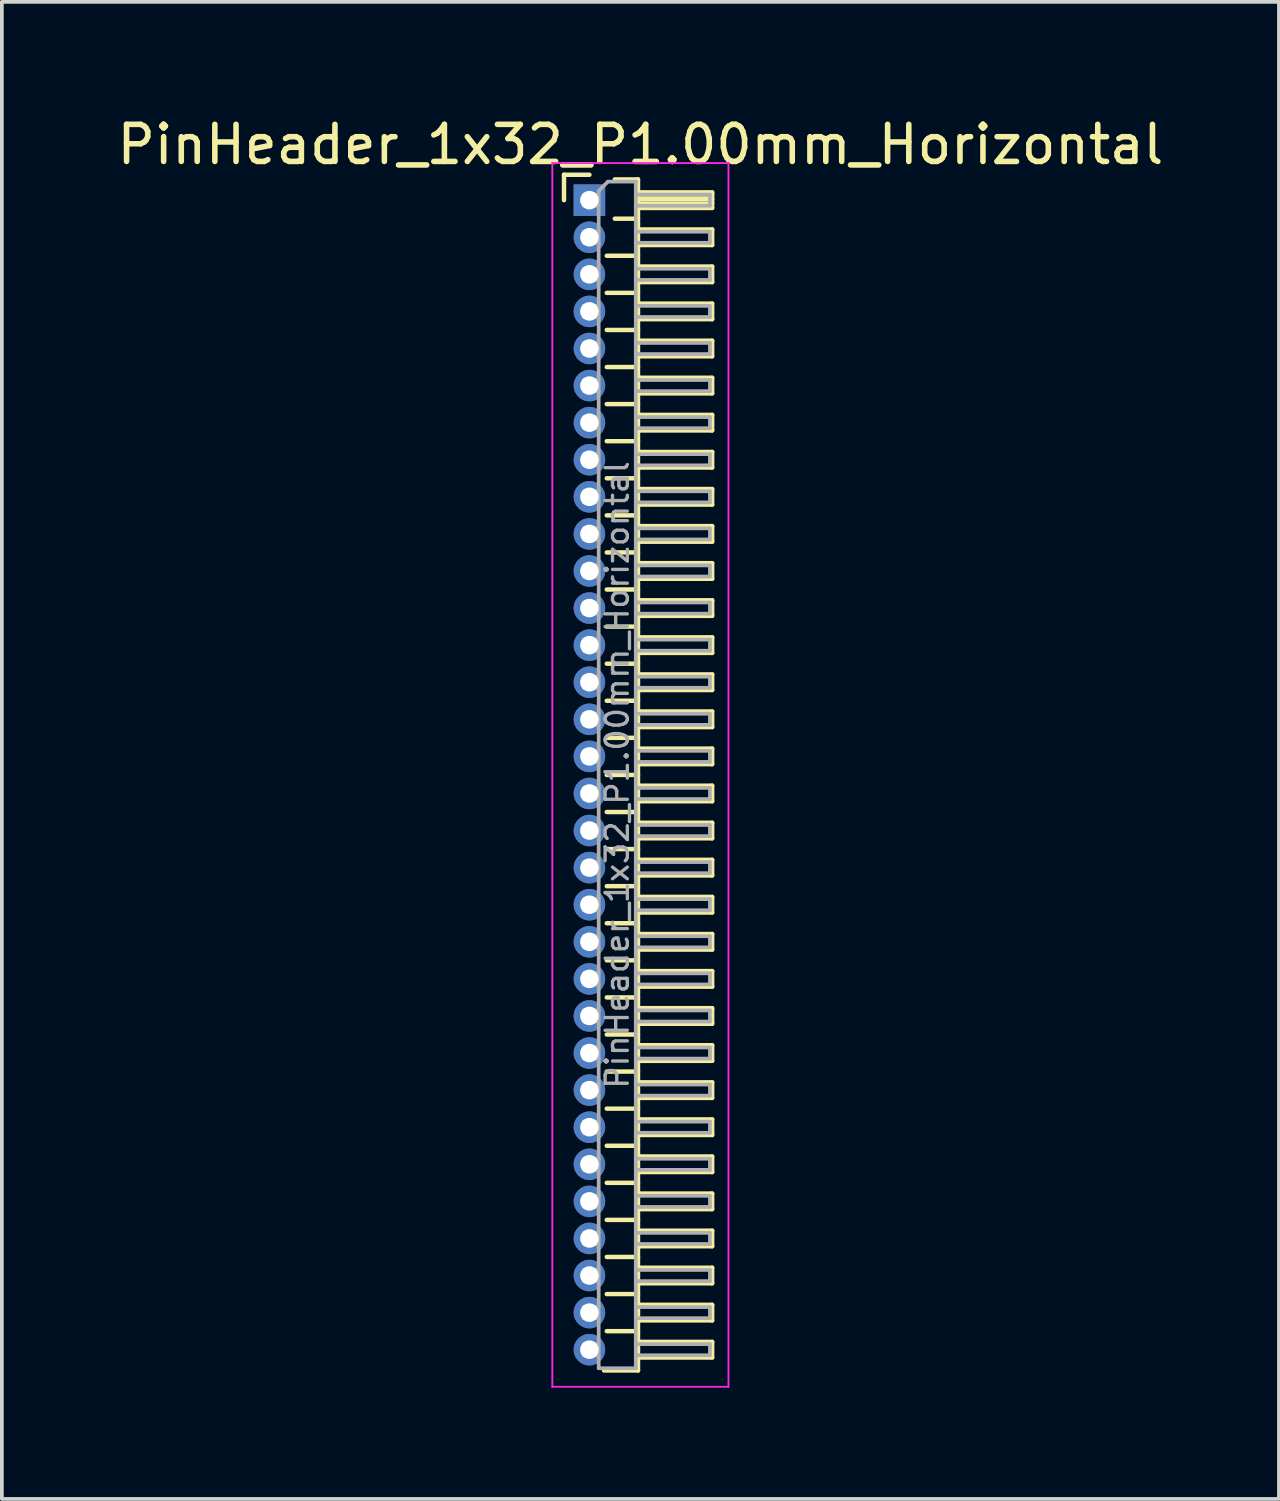
<source format=kicad_pcb>
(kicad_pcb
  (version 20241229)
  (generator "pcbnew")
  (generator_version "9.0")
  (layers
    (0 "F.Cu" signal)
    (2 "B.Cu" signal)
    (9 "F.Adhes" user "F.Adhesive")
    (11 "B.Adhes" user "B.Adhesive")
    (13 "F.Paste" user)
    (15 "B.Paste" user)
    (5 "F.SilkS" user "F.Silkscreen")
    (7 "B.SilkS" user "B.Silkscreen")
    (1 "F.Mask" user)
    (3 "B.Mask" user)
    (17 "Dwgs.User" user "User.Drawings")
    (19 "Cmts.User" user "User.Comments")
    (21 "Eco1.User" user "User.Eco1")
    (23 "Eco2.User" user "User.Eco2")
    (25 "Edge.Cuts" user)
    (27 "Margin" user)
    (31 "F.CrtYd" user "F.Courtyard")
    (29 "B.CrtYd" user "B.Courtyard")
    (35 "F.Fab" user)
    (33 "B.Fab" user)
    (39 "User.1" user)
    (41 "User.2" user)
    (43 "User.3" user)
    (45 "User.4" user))
  (footprint "PinHeader_1x32_P1.00mm_Horizontal"
    (layer "F.Cu")
    (at 12.845 2.348)
    (property "Reference" "PinHeader_1x32_P1.00mm_Horizontal" (at 1.375 -1.5 0) (layer "F.SilkS") (effects (font (size 1 1) (thickness 0.15))))
    (attr through_hole)
    (fp_line (start -0.685 -0.685) (end 0 -0.685) (stroke (width 0.12) (type solid)) (layer "F.SilkS"))
    (fp_line (start -0.685 0) (end -0.685 -0.685) (stroke (width 0.12) (type solid)) (layer "F.SilkS"))
    (fp_line (start 0.468 1.5) (end 1.31 1.5) (stroke (width 0.12) (type solid)) (layer "F.SilkS"))
    (fp_line (start 0.468 2.5) (end 1.31 2.5) (stroke (width 0.12) (type solid)) (layer "F.SilkS"))
    (fp_line (start 0.468 3.5) (end 1.31 3.5) (stroke (width 0.12) (type solid)) (layer "F.SilkS"))
    (fp_line (start 0.468 4.5) (end 1.31 4.5) (stroke (width 0.12) (type solid)) (layer "F.SilkS"))
    (fp_line (start 0.468 5.5) (end 1.31 5.5) (stroke (width 0.12) (type solid)) (layer "F.SilkS"))
    (fp_line (start 0.468 6.5) (end 1.31 6.5) (stroke (width 0.12) (type solid)) (layer "F.SilkS"))
    (fp_line (start 0.468 7.5) (end 1.31 7.5) (stroke (width 0.12) (type solid)) (layer "F.SilkS"))
    (fp_line (start 0.468 8.5) (end 1.31 8.5) (stroke (width 0.12) (type solid)) (layer "F.SilkS"))
    (fp_line (start 0.468 9.5) (end 1.31 9.5) (stroke (width 0.12) (type solid)) (layer "F.SilkS"))
    (fp_line (start 0.468 10.5) (end 1.31 10.5) (stroke (width 0.12) (type solid)) (layer "F.SilkS"))
    (fp_line (start 0.468 11.5) (end 1.31 11.5) (stroke (width 0.12) (type solid)) (layer "F.SilkS"))
    (fp_line (start 0.468 12.5) (end 1.31 12.5) (stroke (width 0.12) (type solid)) (layer "F.SilkS"))
    (fp_line (start 0.468 13.5) (end 1.31 13.5) (stroke (width 0.12) (type solid)) (layer "F.SilkS"))
    (fp_line (start 0.468 14.5) (end 1.31 14.5) (stroke (width 0.12) (type solid)) (layer "F.SilkS"))
    (fp_line (start 0.468 15.5) (end 1.31 15.5) (stroke (width 0.12) (type solid)) (layer "F.SilkS"))
    (fp_line (start 0.468 16.5) (end 1.31 16.5) (stroke (width 0.12) (type solid)) (layer "F.SilkS"))
    (fp_line (start 0.468 17.5) (end 1.31 17.5) (stroke (width 0.12) (type solid)) (layer "F.SilkS"))
    (fp_line (start 0.468 18.5) (end 1.31 18.5) (stroke (width 0.12) (type solid)) (layer "F.SilkS"))
    (fp_line (start 0.468 19.5) (end 1.31 19.5) (stroke (width 0.12) (type solid)) (layer "F.SilkS"))
    (fp_line (start 0.468 20.5) (end 1.31 20.5) (stroke (width 0.12) (type solid)) (layer "F.SilkS"))
    (fp_line (start 0.468 21.5) (end 1.31 21.5) (stroke (width 0.12) (type solid)) (layer "F.SilkS"))
    (fp_line (start 0.468 22.5) (end 1.31 22.5) (stroke (width 0.12) (type solid)) (layer "F.SilkS"))
    (fp_line (start 0.468 23.5) (end 1.31 23.5) (stroke (width 0.12) (type solid)) (layer "F.SilkS"))
    (fp_line (start 0.468 24.5) (end 1.31 24.5) (stroke (width 0.12) (type solid)) (layer "F.SilkS"))
    (fp_line (start 0.468 25.5) (end 1.31 25.5) (stroke (width 0.12) (type solid)) (layer "F.SilkS"))
    (fp_line (start 0.468 26.5) (end 1.31 26.5) (stroke (width 0.12) (type solid)) (layer "F.SilkS"))
    (fp_line (start 0.468 27.5) (end 1.31 27.5) (stroke (width 0.12) (type solid)) (layer "F.SilkS"))
    (fp_line (start 0.468 28.5) (end 1.31 28.5) (stroke (width 0.12) (type solid)) (layer "F.SilkS"))
    (fp_line (start 0.468 29.5) (end 1.31 29.5) (stroke (width 0.12) (type solid)) (layer "F.SilkS"))
    (fp_line (start 0.468 30.5) (end 1.31 30.5) (stroke (width 0.12) (type solid)) (layer "F.SilkS"))
    (fp_line (start 0.685 -0.56) (end 1.31 -0.56) (stroke (width 0.12) (type solid)) (layer "F.SilkS"))
    (fp_line (start 0.685 0.5) (end 1.31 0.5) (stroke (width 0.12) (type solid)) (layer "F.SilkS"))
    (fp_line (start 1.31 -0.56) (end 1.31 31.56) (stroke (width 0.12) (type solid)) (layer "F.SilkS"))
    (fp_line (start 1.31 -0.21) (end 3.31 -0.21) (stroke (width 0.12) (type solid)) (layer "F.SilkS"))
    (fp_line (start 1.31 -0.15) (end 3.31 -0.15) (stroke (width 0.12) (type solid)) (layer "F.SilkS"))
    (fp_line (start 1.31 -0.03) (end 3.31 -0.03) (stroke (width 0.12) (type solid)) (layer "F.SilkS"))
    (fp_line (start 1.31 0.09) (end 3.31 0.09) (stroke (width 0.12) (type solid)) (layer "F.SilkS"))
    (fp_line (start 1.31 0.79) (end 3.31 0.79) (stroke (width 0.12) (type solid)) (layer "F.SilkS"))
    (fp_line (start 1.31 1.79) (end 3.31 1.79) (stroke (width 0.12) (type solid)) (layer "F.SilkS"))
    (fp_line (start 1.31 2.79) (end 3.31 2.79) (stroke (width 0.12) (type solid)) (layer "F.SilkS"))
    (fp_line (start 1.31 3.79) (end 3.31 3.79) (stroke (width 0.12) (type solid)) (layer "F.SilkS"))
    (fp_line (start 1.31 4.79) (end 3.31 4.79) (stroke (width 0.12) (type solid)) (layer "F.SilkS"))
    (fp_line (start 1.31 5.79) (end 3.31 5.79) (stroke (width 0.12) (type solid)) (layer "F.SilkS"))
    (fp_line (start 1.31 6.79) (end 3.31 6.79) (stroke (width 0.12) (type solid)) (layer "F.SilkS"))
    (fp_line (start 1.31 7.79) (end 3.31 7.79) (stroke (width 0.12) (type solid)) (layer "F.SilkS"))
    (fp_line (start 1.31 8.79) (end 3.31 8.79) (stroke (width 0.12) (type solid)) (layer "F.SilkS"))
    (fp_line (start 1.31 9.79) (end 3.31 9.79) (stroke (width 0.12) (type solid)) (layer "F.SilkS"))
    (fp_line (start 1.31 10.79) (end 3.31 10.79) (stroke (width 0.12) (type solid)) (layer "F.SilkS"))
    (fp_line (start 1.31 11.79) (end 3.31 11.79) (stroke (width 0.12) (type solid)) (layer "F.SilkS"))
    (fp_line (start 1.31 12.79) (end 3.31 12.79) (stroke (width 0.12) (type solid)) (layer "F.SilkS"))
    (fp_line (start 1.31 13.79) (end 3.31 13.79) (stroke (width 0.12) (type solid)) (layer "F.SilkS"))
    (fp_line (start 1.31 14.79) (end 3.31 14.79) (stroke (width 0.12) (type solid)) (layer "F.SilkS"))
    (fp_line (start 1.31 15.79) (end 3.31 15.79) (stroke (width 0.12) (type solid)) (layer "F.SilkS"))
    (fp_line (start 1.31 16.79) (end 3.31 16.79) (stroke (width 0.12) (type solid)) (layer "F.SilkS"))
    (fp_line (start 1.31 17.79) (end 3.31 17.79) (stroke (width 0.12) (type solid)) (layer "F.SilkS"))
    (fp_line (start 1.31 18.79) (end 3.31 18.79) (stroke (width 0.12) (type solid)) (layer "F.SilkS"))
    (fp_line (start 1.31 19.79) (end 3.31 19.79) (stroke (width 0.12) (type solid)) (layer "F.SilkS"))
    (fp_line (start 1.31 20.79) (end 3.31 20.79) (stroke (width 0.12) (type solid)) (layer "F.SilkS"))
    (fp_line (start 1.31 21.79) (end 3.31 21.79) (stroke (width 0.12) (type solid)) (layer "F.SilkS"))
    (fp_line (start 1.31 22.79) (end 3.31 22.79) (stroke (width 0.12) (type solid)) (layer "F.SilkS"))
    (fp_line (start 1.31 23.79) (end 3.31 23.79) (stroke (width 0.12) (type solid)) (layer "F.SilkS"))
    (fp_line (start 1.31 24.79) (end 3.31 24.79) (stroke (width 0.12) (type solid)) (layer "F.SilkS"))
    (fp_line (start 1.31 25.79) (end 3.31 25.79) (stroke (width 0.12) (type solid)) (layer "F.SilkS"))
    (fp_line (start 1.31 26.79) (end 3.31 26.79) (stroke (width 0.12) (type solid)) (layer "F.SilkS"))
    (fp_line (start 1.31 27.79) (end 3.31 27.79) (stroke (width 0.12) (type solid)) (layer "F.SilkS"))
    (fp_line (start 1.31 28.79) (end 3.31 28.79) (stroke (width 0.12) (type solid)) (layer "F.SilkS"))
    (fp_line (start 1.31 29.79) (end 3.31 29.79) (stroke (width 0.12) (type solid)) (layer "F.SilkS"))
    (fp_line (start 1.31 30.79) (end 3.31 30.79) (stroke (width 0.12) (type solid)) (layer "F.SilkS"))
    (fp_line (start 1.31 31.56) (end 0.394 31.56) (stroke (width 0.12) (type solid)) (layer "F.SilkS"))
    (fp_line (start 3.31 -0.21) (end 3.31 0.21) (stroke (width 0.12) (type solid)) (layer "F.SilkS"))
    (fp_line (start 3.31 0.21) (end 1.31 0.21) (stroke (width 0.12) (type solid)) (layer "F.SilkS"))
    (fp_line (start 3.31 0.79) (end 3.31 1.21) (stroke (width 0.12) (type solid)) (layer "F.SilkS"))
    (fp_line (start 3.31 1.21) (end 1.31 1.21) (stroke (width 0.12) (type solid)) (layer "F.SilkS"))
    (fp_line (start 3.31 1.79) (end 3.31 2.21) (stroke (width 0.12) (type solid)) (layer "F.SilkS"))
    (fp_line (start 3.31 2.21) (end 1.31 2.21) (stroke (width 0.12) (type solid)) (layer "F.SilkS"))
    (fp_line (start 3.31 2.79) (end 3.31 3.21) (stroke (width 0.12) (type solid)) (layer "F.SilkS"))
    (fp_line (start 3.31 3.21) (end 1.31 3.21) (stroke (width 0.12) (type solid)) (layer "F.SilkS"))
    (fp_line (start 3.31 3.79) (end 3.31 4.21) (stroke (width 0.12) (type solid)) (layer "F.SilkS"))
    (fp_line (start 3.31 4.21) (end 1.31 4.21) (stroke (width 0.12) (type solid)) (layer "F.SilkS"))
    (fp_line (start 3.31 4.79) (end 3.31 5.21) (stroke (width 0.12) (type solid)) (layer "F.SilkS"))
    (fp_line (start 3.31 5.21) (end 1.31 5.21) (stroke (width 0.12) (type solid)) (layer "F.SilkS"))
    (fp_line (start 3.31 5.79) (end 3.31 6.21) (stroke (width 0.12) (type solid)) (layer "F.SilkS"))
    (fp_line (start 3.31 6.21) (end 1.31 6.21) (stroke (width 0.12) (type solid)) (layer "F.SilkS"))
    (fp_line (start 3.31 6.79) (end 3.31 7.21) (stroke (width 0.12) (type solid)) (layer "F.SilkS"))
    (fp_line (start 3.31 7.21) (end 1.31 7.21) (stroke (width 0.12) (type solid)) (layer "F.SilkS"))
    (fp_line (start 3.31 7.79) (end 3.31 8.21) (stroke (width 0.12) (type solid)) (layer "F.SilkS"))
    (fp_line (start 3.31 8.21) (end 1.31 8.21) (stroke (width 0.12) (type solid)) (layer "F.SilkS"))
    (fp_line (start 3.31 8.79) (end 3.31 9.21) (stroke (width 0.12) (type solid)) (layer "F.SilkS"))
    (fp_line (start 3.31 9.21) (end 1.31 9.21) (stroke (width 0.12) (type solid)) (layer "F.SilkS"))
    (fp_line (start 3.31 9.79) (end 3.31 10.21) (stroke (width 0.12) (type solid)) (layer "F.SilkS"))
    (fp_line (start 3.31 10.21) (end 1.31 10.21) (stroke (width 0.12) (type solid)) (layer "F.SilkS"))
    (fp_line (start 3.31 10.79) (end 3.31 11.21) (stroke (width 0.12) (type solid)) (layer "F.SilkS"))
    (fp_line (start 3.31 11.21) (end 1.31 11.21) (stroke (width 0.12) (type solid)) (layer "F.SilkS"))
    (fp_line (start 3.31 11.79) (end 3.31 12.21) (stroke (width 0.12) (type solid)) (layer "F.SilkS"))
    (fp_line (start 3.31 12.21) (end 1.31 12.21) (stroke (width 0.12) (type solid)) (layer "F.SilkS"))
    (fp_line (start 3.31 12.79) (end 3.31 13.21) (stroke (width 0.12) (type solid)) (layer "F.SilkS"))
    (fp_line (start 3.31 13.21) (end 1.31 13.21) (stroke (width 0.12) (type solid)) (layer "F.SilkS"))
    (fp_line (start 3.31 13.79) (end 3.31 14.21) (stroke (width 0.12) (type solid)) (layer "F.SilkS"))
    (fp_line (start 3.31 14.21) (end 1.31 14.21) (stroke (width 0.12) (type solid)) (layer "F.SilkS"))
    (fp_line (start 3.31 14.79) (end 3.31 15.21) (stroke (width 0.12) (type solid)) (layer "F.SilkS"))
    (fp_line (start 3.31 15.21) (end 1.31 15.21) (stroke (width 0.12) (type solid)) (layer "F.SilkS"))
    (fp_line (start 3.31 15.79) (end 3.31 16.21) (stroke (width 0.12) (type solid)) (layer "F.SilkS"))
    (fp_line (start 3.31 16.21) (end 1.31 16.21) (stroke (width 0.12) (type solid)) (layer "F.SilkS"))
    (fp_line (start 3.31 16.79) (end 3.31 17.21) (stroke (width 0.12) (type solid)) (layer "F.SilkS"))
    (fp_line (start 3.31 17.21) (end 1.31 17.21) (stroke (width 0.12) (type solid)) (layer "F.SilkS"))
    (fp_line (start 3.31 17.79) (end 3.31 18.21) (stroke (width 0.12) (type solid)) (layer "F.SilkS"))
    (fp_line (start 3.31 18.21) (end 1.31 18.21) (stroke (width 0.12) (type solid)) (layer "F.SilkS"))
    (fp_line (start 3.31 18.79) (end 3.31 19.21) (stroke (width 0.12) (type solid)) (layer "F.SilkS"))
    (fp_line (start 3.31 19.21) (end 1.31 19.21) (stroke (width 0.12) (type solid)) (layer "F.SilkS"))
    (fp_line (start 3.31 19.79) (end 3.31 20.21) (stroke (width 0.12) (type solid)) (layer "F.SilkS"))
    (fp_line (start 3.31 20.21) (end 1.31 20.21) (stroke (width 0.12) (type solid)) (layer "F.SilkS"))
    (fp_line (start 3.31 20.79) (end 3.31 21.21) (stroke (width 0.12) (type solid)) (layer "F.SilkS"))
    (fp_line (start 3.31 21.21) (end 1.31 21.21) (stroke (width 0.12) (type solid)) (layer "F.SilkS"))
    (fp_line (start 3.31 21.79) (end 3.31 22.21) (stroke (width 0.12) (type solid)) (layer "F.SilkS"))
    (fp_line (start 3.31 22.21) (end 1.31 22.21) (stroke (width 0.12) (type solid)) (layer "F.SilkS"))
    (fp_line (start 3.31 22.79) (end 3.31 23.21) (stroke (width 0.12) (type solid)) (layer "F.SilkS"))
    (fp_line (start 3.31 23.21) (end 1.31 23.21) (stroke (width 0.12) (type solid)) (layer "F.SilkS"))
    (fp_line (start 3.31 23.79) (end 3.31 24.21) (stroke (width 0.12) (type solid)) (layer "F.SilkS"))
    (fp_line (start 3.31 24.21) (end 1.31 24.21) (stroke (width 0.12) (type solid)) (layer "F.SilkS"))
    (fp_line (start 3.31 24.79) (end 3.31 25.21) (stroke (width 0.12) (type solid)) (layer "F.SilkS"))
    (fp_line (start 3.31 25.21) (end 1.31 25.21) (stroke (width 0.12) (type solid)) (layer "F.SilkS"))
    (fp_line (start 3.31 25.79) (end 3.31 26.21) (stroke (width 0.12) (type solid)) (layer "F.SilkS"))
    (fp_line (start 3.31 26.21) (end 1.31 26.21) (stroke (width 0.12) (type solid)) (layer "F.SilkS"))
    (fp_line (start 3.31 26.79) (end 3.31 27.21) (stroke (width 0.12) (type solid)) (layer "F.SilkS"))
    (fp_line (start 3.31 27.21) (end 1.31 27.21) (stroke (width 0.12) (type solid)) (layer "F.SilkS"))
    (fp_line (start 3.31 27.79) (end 3.31 28.21) (stroke (width 0.12) (type solid)) (layer "F.SilkS"))
    (fp_line (start 3.31 28.21) (end 1.31 28.21) (stroke (width 0.12) (type solid)) (layer "F.SilkS"))
    (fp_line (start 3.31 28.79) (end 3.31 29.21) (stroke (width 0.12) (type solid)) (layer "F.SilkS"))
    (fp_line (start 3.31 29.21) (end 1.31 29.21) (stroke (width 0.12) (type solid)) (layer "F.SilkS"))
    (fp_line (start 3.31 29.79) (end 3.31 30.21) (stroke (width 0.12) (type solid)) (layer "F.SilkS"))
    (fp_line (start 3.31 30.21) (end 1.31 30.21) (stroke (width 0.12) (type solid)) (layer "F.SilkS"))
    (fp_line (start 3.31 30.79) (end 3.31 31.21) (stroke (width 0.12) (type solid)) (layer "F.SilkS"))
    (fp_line (start 3.31 31.21) (end 1.31 31.21) (stroke (width 0.12) (type solid)) (layer "F.SilkS"))
    (fp_line (start -1 -1) (end -1 32) (stroke (width 0.05) (type solid)) (layer "F.CrtYd"))
    (fp_line (start -1 32) (end 3.75 32) (stroke (width 0.05) (type solid)) (layer "F.CrtYd"))
    (fp_line (start 3.75 -1) (end -1 -1) (stroke (width 0.05) (type solid)) (layer "F.CrtYd"))
    (fp_line (start 3.75 32) (end 3.75 -1) (stroke (width 0.05) (type solid)) (layer "F.CrtYd"))
    (fp_line (start -0.15 -0.15) (end -0.15 0.15) (stroke (width 0.1) (type solid)) (layer "F.Fab"))
    (fp_line (start -0.15 -0.15) (end 0.25 -0.15) (stroke (width 0.1) (type solid)) (layer "F.Fab"))
    (fp_line (start -0.15 0.15) (end 0.25 0.15) (stroke (width 0.1) (type solid)) (layer "F.Fab"))
    (fp_line (start -0.15 0.85) (end -0.15 1.15) (stroke (width 0.1) (type solid)) (layer "F.Fab"))
    (fp_line (start -0.15 0.85) (end 0.25 0.85) (stroke (width 0.1) (type solid)) (layer "F.Fab"))
    (fp_line (start -0.15 1.15) (end 0.25 1.15) (stroke (width 0.1) (type solid)) (layer "F.Fab"))
    (fp_line (start -0.15 1.85) (end -0.15 2.15) (stroke (width 0.1) (type solid)) (layer "F.Fab"))
    (fp_line (start -0.15 1.85) (end 0.25 1.85) (stroke (width 0.1) (type solid)) (layer "F.Fab"))
    (fp_line (start -0.15 2.15) (end 0.25 2.15) (stroke (width 0.1) (type solid)) (layer "F.Fab"))
    (fp_line (start -0.15 2.85) (end -0.15 3.15) (stroke (width 0.1) (type solid)) (layer "F.Fab"))
    (fp_line (start -0.15 2.85) (end 0.25 2.85) (stroke (width 0.1) (type solid)) (layer "F.Fab"))
    (fp_line (start -0.15 3.15) (end 0.25 3.15) (stroke (width 0.1) (type solid)) (layer "F.Fab"))
    (fp_line (start -0.15 3.85) (end -0.15 4.15) (stroke (width 0.1) (type solid)) (layer "F.Fab"))
    (fp_line (start -0.15 3.85) (end 0.25 3.85) (stroke (width 0.1) (type solid)) (layer "F.Fab"))
    (fp_line (start -0.15 4.15) (end 0.25 4.15) (stroke (width 0.1) (type solid)) (layer "F.Fab"))
    (fp_line (start -0.15 4.85) (end -0.15 5.15) (stroke (width 0.1) (type solid)) (layer "F.Fab"))
    (fp_line (start -0.15 4.85) (end 0.25 4.85) (stroke (width 0.1) (type solid)) (layer "F.Fab"))
    (fp_line (start -0.15 5.15) (end 0.25 5.15) (stroke (width 0.1) (type solid)) (layer "F.Fab"))
    (fp_line (start -0.15 5.85) (end -0.15 6.15) (stroke (width 0.1) (type solid)) (layer "F.Fab"))
    (fp_line (start -0.15 5.85) (end 0.25 5.85) (stroke (width 0.1) (type solid)) (layer "F.Fab"))
    (fp_line (start -0.15 6.15) (end 0.25 6.15) (stroke (width 0.1) (type solid)) (layer "F.Fab"))
    (fp_line (start -0.15 6.85) (end -0.15 7.15) (stroke (width 0.1) (type solid)) (layer "F.Fab"))
    (fp_line (start -0.15 6.85) (end 0.25 6.85) (stroke (width 0.1) (type solid)) (layer "F.Fab"))
    (fp_line (start -0.15 7.15) (end 0.25 7.15) (stroke (width 0.1) (type solid)) (layer "F.Fab"))
    (fp_line (start -0.15 7.85) (end -0.15 8.15) (stroke (width 0.1) (type solid)) (layer "F.Fab"))
    (fp_line (start -0.15 7.85) (end 0.25 7.85) (stroke (width 0.1) (type solid)) (layer "F.Fab"))
    (fp_line (start -0.15 8.15) (end 0.25 8.15) (stroke (width 0.1) (type solid)) (layer "F.Fab"))
    (fp_line (start -0.15 8.85) (end -0.15 9.15) (stroke (width 0.1) (type solid)) (layer "F.Fab"))
    (fp_line (start -0.15 8.85) (end 0.25 8.85) (stroke (width 0.1) (type solid)) (layer "F.Fab"))
    (fp_line (start -0.15 9.15) (end 0.25 9.15) (stroke (width 0.1) (type solid)) (layer "F.Fab"))
    (fp_line (start -0.15 9.85) (end -0.15 10.15) (stroke (width 0.1) (type solid)) (layer "F.Fab"))
    (fp_line (start -0.15 9.85) (end 0.25 9.85) (stroke (width 0.1) (type solid)) (layer "F.Fab"))
    (fp_line (start -0.15 10.15) (end 0.25 10.15) (stroke (width 0.1) (type solid)) (layer "F.Fab"))
    (fp_line (start -0.15 10.85) (end -0.15 11.15) (stroke (width 0.1) (type solid)) (layer "F.Fab"))
    (fp_line (start -0.15 10.85) (end 0.25 10.85) (stroke (width 0.1) (type solid)) (layer "F.Fab"))
    (fp_line (start -0.15 11.15) (end 0.25 11.15) (stroke (width 0.1) (type solid)) (layer "F.Fab"))
    (fp_line (start -0.15 11.85) (end -0.15 12.15) (stroke (width 0.1) (type solid)) (layer "F.Fab"))
    (fp_line (start -0.15 11.85) (end 0.25 11.85) (stroke (width 0.1) (type solid)) (layer "F.Fab"))
    (fp_line (start -0.15 12.15) (end 0.25 12.15) (stroke (width 0.1) (type solid)) (layer "F.Fab"))
    (fp_line (start -0.15 12.85) (end -0.15 13.15) (stroke (width 0.1) (type solid)) (layer "F.Fab"))
    (fp_line (start -0.15 12.85) (end 0.25 12.85) (stroke (width 0.1) (type solid)) (layer "F.Fab"))
    (fp_line (start -0.15 13.15) (end 0.25 13.15) (stroke (width 0.1) (type solid)) (layer "F.Fab"))
    (fp_line (start -0.15 13.85) (end -0.15 14.15) (stroke (width 0.1) (type solid)) (layer "F.Fab"))
    (fp_line (start -0.15 13.85) (end 0.25 13.85) (stroke (width 0.1) (type solid)) (layer "F.Fab"))
    (fp_line (start -0.15 14.15) (end 0.25 14.15) (stroke (width 0.1) (type solid)) (layer "F.Fab"))
    (fp_line (start -0.15 14.85) (end -0.15 15.15) (stroke (width 0.1) (type solid)) (layer "F.Fab"))
    (fp_line (start -0.15 14.85) (end 0.25 14.85) (stroke (width 0.1) (type solid)) (layer "F.Fab"))
    (fp_line (start -0.15 15.15) (end 0.25 15.15) (stroke (width 0.1) (type solid)) (layer "F.Fab"))
    (fp_line (start -0.15 15.85) (end -0.15 16.15) (stroke (width 0.1) (type solid)) (layer "F.Fab"))
    (fp_line (start -0.15 15.85) (end 0.25 15.85) (stroke (width 0.1) (type solid)) (layer "F.Fab"))
    (fp_line (start -0.15 16.15) (end 0.25 16.15) (stroke (width 0.1) (type solid)) (layer "F.Fab"))
    (fp_line (start -0.15 16.85) (end -0.15 17.15) (stroke (width 0.1) (type solid)) (layer "F.Fab"))
    (fp_line (start -0.15 16.85) (end 0.25 16.85) (stroke (width 0.1) (type solid)) (layer "F.Fab"))
    (fp_line (start -0.15 17.15) (end 0.25 17.15) (stroke (width 0.1) (type solid)) (layer "F.Fab"))
    (fp_line (start -0.15 17.85) (end -0.15 18.15) (stroke (width 0.1) (type solid)) (layer "F.Fab"))
    (fp_line (start -0.15 17.85) (end 0.25 17.85) (stroke (width 0.1) (type solid)) (layer "F.Fab"))
    (fp_line (start -0.15 18.15) (end 0.25 18.15) (stroke (width 0.1) (type solid)) (layer "F.Fab"))
    (fp_line (start -0.15 18.85) (end -0.15 19.15) (stroke (width 0.1) (type solid)) (layer "F.Fab"))
    (fp_line (start -0.15 18.85) (end 0.25 18.85) (stroke (width 0.1) (type solid)) (layer "F.Fab"))
    (fp_line (start -0.15 19.15) (end 0.25 19.15) (stroke (width 0.1) (type solid)) (layer "F.Fab"))
    (fp_line (start -0.15 19.85) (end -0.15 20.15) (stroke (width 0.1) (type solid)) (layer "F.Fab"))
    (fp_line (start -0.15 19.85) (end 0.25 19.85) (stroke (width 0.1) (type solid)) (layer "F.Fab"))
    (fp_line (start -0.15 20.15) (end 0.25 20.15) (stroke (width 0.1) (type solid)) (layer "F.Fab"))
    (fp_line (start -0.15 20.85) (end -0.15 21.15) (stroke (width 0.1) (type solid)) (layer "F.Fab"))
    (fp_line (start -0.15 20.85) (end 0.25 20.85) (stroke (width 0.1) (type solid)) (layer "F.Fab"))
    (fp_line (start -0.15 21.15) (end 0.25 21.15) (stroke (width 0.1) (type solid)) (layer "F.Fab"))
    (fp_line (start -0.15 21.85) (end -0.15 22.15) (stroke (width 0.1) (type solid)) (layer "F.Fab"))
    (fp_line (start -0.15 21.85) (end 0.25 21.85) (stroke (width 0.1) (type solid)) (layer "F.Fab"))
    (fp_line (start -0.15 22.15) (end 0.25 22.15) (stroke (width 0.1) (type solid)) (layer "F.Fab"))
    (fp_line (start -0.15 22.85) (end -0.15 23.15) (stroke (width 0.1) (type solid)) (layer "F.Fab"))
    (fp_line (start -0.15 22.85) (end 0.25 22.85) (stroke (width 0.1) (type solid)) (layer "F.Fab"))
    (fp_line (start -0.15 23.15) (end 0.25 23.15) (stroke (width 0.1) (type solid)) (layer "F.Fab"))
    (fp_line (start -0.15 23.85) (end -0.15 24.15) (stroke (width 0.1) (type solid)) (layer "F.Fab"))
    (fp_line (start -0.15 23.85) (end 0.25 23.85) (stroke (width 0.1) (type solid)) (layer "F.Fab"))
    (fp_line (start -0.15 24.15) (end 0.25 24.15) (stroke (width 0.1) (type solid)) (layer "F.Fab"))
    (fp_line (start -0.15 24.85) (end -0.15 25.15) (stroke (width 0.1) (type solid)) (layer "F.Fab"))
    (fp_line (start -0.15 24.85) (end 0.25 24.85) (stroke (width 0.1) (type solid)) (layer "F.Fab"))
    (fp_line (start -0.15 25.15) (end 0.25 25.15) (stroke (width 0.1) (type solid)) (layer "F.Fab"))
    (fp_line (start -0.15 25.85) (end -0.15 26.15) (stroke (width 0.1) (type solid)) (layer "F.Fab"))
    (fp_line (start -0.15 25.85) (end 0.25 25.85) (stroke (width 0.1) (type solid)) (layer "F.Fab"))
    (fp_line (start -0.15 26.15) (end 0.25 26.15) (stroke (width 0.1) (type solid)) (layer "F.Fab"))
    (fp_line (start -0.15 26.85) (end -0.15 27.15) (stroke (width 0.1) (type solid)) (layer "F.Fab"))
    (fp_line (start -0.15 26.85) (end 0.25 26.85) (stroke (width 0.1) (type solid)) (layer "F.Fab"))
    (fp_line (start -0.15 27.15) (end 0.25 27.15) (stroke (width 0.1) (type solid)) (layer "F.Fab"))
    (fp_line (start -0.15 27.85) (end -0.15 28.15) (stroke (width 0.1) (type solid)) (layer "F.Fab"))
    (fp_line (start -0.15 27.85) (end 0.25 27.85) (stroke (width 0.1) (type solid)) (layer "F.Fab"))
    (fp_line (start -0.15 28.15) (end 0.25 28.15) (stroke (width 0.1) (type solid)) (layer "F.Fab"))
    (fp_line (start -0.15 28.85) (end -0.15 29.15) (stroke (width 0.1) (type solid)) (layer "F.Fab"))
    (fp_line (start -0.15 28.85) (end 0.25 28.85) (stroke (width 0.1) (type solid)) (layer "F.Fab"))
    (fp_line (start -0.15 29.15) (end 0.25 29.15) (stroke (width 0.1) (type solid)) (layer "F.Fab"))
    (fp_line (start -0.15 29.85) (end -0.15 30.15) (stroke (width 0.1) (type solid)) (layer "F.Fab"))
    (fp_line (start -0.15 29.85) (end 0.25 29.85) (stroke (width 0.1) (type solid)) (layer "F.Fab"))
    (fp_line (start -0.15 30.15) (end 0.25 30.15) (stroke (width 0.1) (type solid)) (layer "F.Fab"))
    (fp_line (start -0.15 30.85) (end -0.15 31.15) (stroke (width 0.1) (type solid)) (layer "F.Fab"))
    (fp_line (start -0.15 30.85) (end 0.25 30.85) (stroke (width 0.1) (type solid)) (layer "F.Fab"))
    (fp_line (start -0.15 31.15) (end 0.25 31.15) (stroke (width 0.1) (type solid)) (layer "F.Fab"))
    (fp_line (start 0.25 -0.25) (end 0.5 -0.5) (stroke (width 0.1) (type solid)) (layer "F.Fab"))
    (fp_line (start 0.25 31.5) (end 0.25 -0.25) (stroke (width 0.1) (type solid)) (layer "F.Fab"))
    (fp_line (start 0.5 -0.5) (end 1.25 -0.5) (stroke (width 0.1) (type solid)) (layer "F.Fab"))
    (fp_line (start 1.25 -0.5) (end 1.25 31.5) (stroke (width 0.1) (type solid)) (layer "F.Fab"))
    (fp_line (start 1.25 -0.15) (end 3.25 -0.15) (stroke (width 0.1) (type solid)) (layer "F.Fab"))
    (fp_line (start 1.25 0.15) (end 3.25 0.15) (stroke (width 0.1) (type solid)) (layer "F.Fab"))
    (fp_line (start 1.25 0.85) (end 3.25 0.85) (stroke (width 0.1) (type solid)) (layer "F.Fab"))
    (fp_line (start 1.25 1.15) (end 3.25 1.15) (stroke (width 0.1) (type solid)) (layer "F.Fab"))
    (fp_line (start 1.25 1.85) (end 3.25 1.85) (stroke (width 0.1) (type solid)) (layer "F.Fab"))
    (fp_line (start 1.25 2.15) (end 3.25 2.15) (stroke (width 0.1) (type solid)) (layer "F.Fab"))
    (fp_line (start 1.25 2.85) (end 3.25 2.85) (stroke (width 0.1) (type solid)) (layer "F.Fab"))
    (fp_line (start 1.25 3.15) (end 3.25 3.15) (stroke (width 0.1) (type solid)) (layer "F.Fab"))
    (fp_line (start 1.25 3.85) (end 3.25 3.85) (stroke (width 0.1) (type solid)) (layer "F.Fab"))
    (fp_line (start 1.25 4.15) (end 3.25 4.15) (stroke (width 0.1) (type solid)) (layer "F.Fab"))
    (fp_line (start 1.25 4.85) (end 3.25 4.85) (stroke (width 0.1) (type solid)) (layer "F.Fab"))
    (fp_line (start 1.25 5.15) (end 3.25 5.15) (stroke (width 0.1) (type solid)) (layer "F.Fab"))
    (fp_line (start 1.25 5.85) (end 3.25 5.85) (stroke (width 0.1) (type solid)) (layer "F.Fab"))
    (fp_line (start 1.25 6.15) (end 3.25 6.15) (stroke (width 0.1) (type solid)) (layer "F.Fab"))
    (fp_line (start 1.25 6.85) (end 3.25 6.85) (stroke (width 0.1) (type solid)) (layer "F.Fab"))
    (fp_line (start 1.25 7.15) (end 3.25 7.15) (stroke (width 0.1) (type solid)) (layer "F.Fab"))
    (fp_line (start 1.25 7.85) (end 3.25 7.85) (stroke (width 0.1) (type solid)) (layer "F.Fab"))
    (fp_line (start 1.25 8.15) (end 3.25 8.15) (stroke (width 0.1) (type solid)) (layer "F.Fab"))
    (fp_line (start 1.25 8.85) (end 3.25 8.85) (stroke (width 0.1) (type solid)) (layer "F.Fab"))
    (fp_line (start 1.25 9.15) (end 3.25 9.15) (stroke (width 0.1) (type solid)) (layer "F.Fab"))
    (fp_line (start 1.25 9.85) (end 3.25 9.85) (stroke (width 0.1) (type solid)) (layer "F.Fab"))
    (fp_line (start 1.25 10.15) (end 3.25 10.15) (stroke (width 0.1) (type solid)) (layer "F.Fab"))
    (fp_line (start 1.25 10.85) (end 3.25 10.85) (stroke (width 0.1) (type solid)) (layer "F.Fab"))
    (fp_line (start 1.25 11.15) (end 3.25 11.15) (stroke (width 0.1) (type solid)) (layer "F.Fab"))
    (fp_line (start 1.25 11.85) (end 3.25 11.85) (stroke (width 0.1) (type solid)) (layer "F.Fab"))
    (fp_line (start 1.25 12.15) (end 3.25 12.15) (stroke (width 0.1) (type solid)) (layer "F.Fab"))
    (fp_line (start 1.25 12.85) (end 3.25 12.85) (stroke (width 0.1) (type solid)) (layer "F.Fab"))
    (fp_line (start 1.25 13.15) (end 3.25 13.15) (stroke (width 0.1) (type solid)) (layer "F.Fab"))
    (fp_line (start 1.25 13.85) (end 3.25 13.85) (stroke (width 0.1) (type solid)) (layer "F.Fab"))
    (fp_line (start 1.25 14.15) (end 3.25 14.15) (stroke (width 0.1) (type solid)) (layer "F.Fab"))
    (fp_line (start 1.25 14.85) (end 3.25 14.85) (stroke (width 0.1) (type solid)) (layer "F.Fab"))
    (fp_line (start 1.25 15.15) (end 3.25 15.15) (stroke (width 0.1) (type solid)) (layer "F.Fab"))
    (fp_line (start 1.25 15.85) (end 3.25 15.85) (stroke (width 0.1) (type solid)) (layer "F.Fab"))
    (fp_line (start 1.25 16.15) (end 3.25 16.15) (stroke (width 0.1) (type solid)) (layer "F.Fab"))
    (fp_line (start 1.25 16.85) (end 3.25 16.85) (stroke (width 0.1) (type solid)) (layer "F.Fab"))
    (fp_line (start 1.25 17.15) (end 3.25 17.15) (stroke (width 0.1) (type solid)) (layer "F.Fab"))
    (fp_line (start 1.25 17.85) (end 3.25 17.85) (stroke (width 0.1) (type solid)) (layer "F.Fab"))
    (fp_line (start 1.25 18.15) (end 3.25 18.15) (stroke (width 0.1) (type solid)) (layer "F.Fab"))
    (fp_line (start 1.25 18.85) (end 3.25 18.85) (stroke (width 0.1) (type solid)) (layer "F.Fab"))
    (fp_line (start 1.25 19.15) (end 3.25 19.15) (stroke (width 0.1) (type solid)) (layer "F.Fab"))
    (fp_line (start 1.25 19.85) (end 3.25 19.85) (stroke (width 0.1) (type solid)) (layer "F.Fab"))
    (fp_line (start 1.25 20.15) (end 3.25 20.15) (stroke (width 0.1) (type solid)) (layer "F.Fab"))
    (fp_line (start 1.25 20.85) (end 3.25 20.85) (stroke (width 0.1) (type solid)) (layer "F.Fab"))
    (fp_line (start 1.25 21.15) (end 3.25 21.15) (stroke (width 0.1) (type solid)) (layer "F.Fab"))
    (fp_line (start 1.25 21.85) (end 3.25 21.85) (stroke (width 0.1) (type solid)) (layer "F.Fab"))
    (fp_line (start 1.25 22.15) (end 3.25 22.15) (stroke (width 0.1) (type solid)) (layer "F.Fab"))
    (fp_line (start 1.25 22.85) (end 3.25 22.85) (stroke (width 0.1) (type solid)) (layer "F.Fab"))
    (fp_line (start 1.25 23.15) (end 3.25 23.15) (stroke (width 0.1) (type solid)) (layer "F.Fab"))
    (fp_line (start 1.25 23.85) (end 3.25 23.85) (stroke (width 0.1) (type solid)) (layer "F.Fab"))
    (fp_line (start 1.25 24.15) (end 3.25 24.15) (stroke (width 0.1) (type solid)) (layer "F.Fab"))
    (fp_line (start 1.25 24.85) (end 3.25 24.85) (stroke (width 0.1) (type solid)) (layer "F.Fab"))
    (fp_line (start 1.25 25.15) (end 3.25 25.15) (stroke (width 0.1) (type solid)) (layer "F.Fab"))
    (fp_line (start 1.25 25.85) (end 3.25 25.85) (stroke (width 0.1) (type solid)) (layer "F.Fab"))
    (fp_line (start 1.25 26.15) (end 3.25 26.15) (stroke (width 0.1) (type solid)) (layer "F.Fab"))
    (fp_line (start 1.25 26.85) (end 3.25 26.85) (stroke (width 0.1) (type solid)) (layer "F.Fab"))
    (fp_line (start 1.25 27.15) (end 3.25 27.15) (stroke (width 0.1) (type solid)) (layer "F.Fab"))
    (fp_line (start 1.25 27.85) (end 3.25 27.85) (stroke (width 0.1) (type solid)) (layer "F.Fab"))
    (fp_line (start 1.25 28.15) (end 3.25 28.15) (stroke (width 0.1) (type solid)) (layer "F.Fab"))
    (fp_line (start 1.25 28.85) (end 3.25 28.85) (stroke (width 0.1) (type solid)) (layer "F.Fab"))
    (fp_line (start 1.25 29.15) (end 3.25 29.15) (stroke (width 0.1) (type solid)) (layer "F.Fab"))
    (fp_line (start 1.25 29.85) (end 3.25 29.85) (stroke (width 0.1) (type solid)) (layer "F.Fab"))
    (fp_line (start 1.25 30.15) (end 3.25 30.15) (stroke (width 0.1) (type solid)) (layer "F.Fab"))
    (fp_line (start 1.25 30.85) (end 3.25 30.85) (stroke (width 0.1) (type solid)) (layer "F.Fab"))
    (fp_line (start 1.25 31.15) (end 3.25 31.15) (stroke (width 0.1) (type solid)) (layer "F.Fab"))
    (fp_line (start 1.25 31.5) (end 0.25 31.5) (stroke (width 0.1) (type solid)) (layer "F.Fab"))
    (fp_line (start 3.25 -0.15) (end 3.25 0.15) (stroke (width 0.1) (type solid)) (layer "F.Fab"))
    (fp_line (start 3.25 0.85) (end 3.25 1.15) (stroke (width 0.1) (type solid)) (layer "F.Fab"))
    (fp_line (start 3.25 1.85) (end 3.25 2.15) (stroke (width 0.1) (type solid)) (layer "F.Fab"))
    (fp_line (start 3.25 2.85) (end 3.25 3.15) (stroke (width 0.1) (type solid)) (layer "F.Fab"))
    (fp_line (start 3.25 3.85) (end 3.25 4.15) (stroke (width 0.1) (type solid)) (layer "F.Fab"))
    (fp_line (start 3.25 4.85) (end 3.25 5.15) (stroke (width 0.1) (type solid)) (layer "F.Fab"))
    (fp_line (start 3.25 5.85) (end 3.25 6.15) (stroke (width 0.1) (type solid)) (layer "F.Fab"))
    (fp_line (start 3.25 6.85) (end 3.25 7.15) (stroke (width 0.1) (type solid)) (layer "F.Fab"))
    (fp_line (start 3.25 7.85) (end 3.25 8.15) (stroke (width 0.1) (type solid)) (layer "F.Fab"))
    (fp_line (start 3.25 8.85) (end 3.25 9.15) (stroke (width 0.1) (type solid)) (layer "F.Fab"))
    (fp_line (start 3.25 9.85) (end 3.25 10.15) (stroke (width 0.1) (type solid)) (layer "F.Fab"))
    (fp_line (start 3.25 10.85) (end 3.25 11.15) (stroke (width 0.1) (type solid)) (layer "F.Fab"))
    (fp_line (start 3.25 11.85) (end 3.25 12.15) (stroke (width 0.1) (type solid)) (layer "F.Fab"))
    (fp_line (start 3.25 12.85) (end 3.25 13.15) (stroke (width 0.1) (type solid)) (layer "F.Fab"))
    (fp_line (start 3.25 13.85) (end 3.25 14.15) (stroke (width 0.1) (type solid)) (layer "F.Fab"))
    (fp_line (start 3.25 14.85) (end 3.25 15.15) (stroke (width 0.1) (type solid)) (layer "F.Fab"))
    (fp_line (start 3.25 15.85) (end 3.25 16.15) (stroke (width 0.1) (type solid)) (layer "F.Fab"))
    (fp_line (start 3.25 16.85) (end 3.25 17.15) (stroke (width 0.1) (type solid)) (layer "F.Fab"))
    (fp_line (start 3.25 17.85) (end 3.25 18.15) (stroke (width 0.1) (type solid)) (layer "F.Fab"))
    (fp_line (start 3.25 18.85) (end 3.25 19.15) (stroke (width 0.1) (type solid)) (layer "F.Fab"))
    (fp_line (start 3.25 19.85) (end 3.25 20.15) (stroke (width 0.1) (type solid)) (layer "F.Fab"))
    (fp_line (start 3.25 20.85) (end 3.25 21.15) (stroke (width 0.1) (type solid)) (layer "F.Fab"))
    (fp_line (start 3.25 21.85) (end 3.25 22.15) (stroke (width 0.1) (type solid)) (layer "F.Fab"))
    (fp_line (start 3.25 22.85) (end 3.25 23.15) (stroke (width 0.1) (type solid)) (layer "F.Fab"))
    (fp_line (start 3.25 23.85) (end 3.25 24.15) (stroke (width 0.1) (type solid)) (layer "F.Fab"))
    (fp_line (start 3.25 24.85) (end 3.25 25.15) (stroke (width 0.1) (type solid)) (layer "F.Fab"))
    (fp_line (start 3.25 25.85) (end 3.25 26.15) (stroke (width 0.1) (type solid)) (layer "F.Fab"))
    (fp_line (start 3.25 26.85) (end 3.25 27.15) (stroke (width 0.1) (type solid)) (layer "F.Fab"))
    (fp_line (start 3.25 27.85) (end 3.25 28.15) (stroke (width 0.1) (type solid)) (layer "F.Fab"))
    (fp_line (start 3.25 28.85) (end 3.25 29.15) (stroke (width 0.1) (type solid)) (layer "F.Fab"))
    (fp_line (start 3.25 29.85) (end 3.25 30.15) (stroke (width 0.1) (type solid)) (layer "F.Fab"))
    (fp_line (start 3.25 30.85) (end 3.25 31.15) (stroke (width 0.1) (type solid)) (layer "F.Fab"))
    (fp_text user "${REFERENCE}" (at 0.75 15.5 90) (layer "F.Fab") (effects (font (size 0.6 0.6) (thickness 0.09))))
    (pad "1" thru_hole rect (at 0 0) (size 0.85 0.85) (drill 0.5) (layers "*.Cu" "*.Mask"))
    (pad "2" thru_hole oval (at 0 1) (size 0.85 0.85) (drill 0.5) (layers "*.Cu" "*.Mask"))
    (pad "3" thru_hole oval (at 0 2) (size 0.85 0.85) (drill 0.5) (layers "*.Cu" "*.Mask"))
    (pad "4" thru_hole oval (at 0 3) (size 0.85 0.85) (drill 0.5) (layers "*.Cu" "*.Mask"))
    (pad "5" thru_hole oval (at 0 4) (size 0.85 0.85) (drill 0.5) (layers "*.Cu" "*.Mask"))
    (pad "6" thru_hole oval (at 0 5) (size 0.85 0.85) (drill 0.5) (layers "*.Cu" "*.Mask"))
    (pad "7" thru_hole oval (at 0 6) (size 0.85 0.85) (drill 0.5) (layers "*.Cu" "*.Mask"))
    (pad "8" thru_hole oval (at 0 7) (size 0.85 0.85) (drill 0.5) (layers "*.Cu" "*.Mask"))
    (pad "9" thru_hole oval (at 0 8) (size 0.85 0.85) (drill 0.5) (layers "*.Cu" "*.Mask"))
    (pad "10" thru_hole oval (at 0 9) (size 0.85 0.85) (drill 0.5) (layers "*.Cu" "*.Mask"))
    (pad "11" thru_hole oval (at 0 10) (size 0.85 0.85) (drill 0.5) (layers "*.Cu" "*.Mask"))
    (pad "12" thru_hole oval (at 0 11) (size 0.85 0.85) (drill 0.5) (layers "*.Cu" "*.Mask"))
    (pad "13" thru_hole oval (at 0 12) (size 0.85 0.85) (drill 0.5) (layers "*.Cu" "*.Mask"))
    (pad "14" thru_hole oval (at 0 13) (size 0.85 0.85) (drill 0.5) (layers "*.Cu" "*.Mask"))
    (pad "15" thru_hole oval (at 0 14) (size 0.85 0.85) (drill 0.5) (layers "*.Cu" "*.Mask"))
    (pad "16" thru_hole oval (at 0 15) (size 0.85 0.85) (drill 0.5) (layers "*.Cu" "*.Mask"))
    (pad "17" thru_hole oval (at 0 16) (size 0.85 0.85) (drill 0.5) (layers "*.Cu" "*.Mask"))
    (pad "18" thru_hole oval (at 0 17) (size 0.85 0.85) (drill 0.5) (layers "*.Cu" "*.Mask"))
    (pad "19" thru_hole oval (at 0 18) (size 0.85 0.85) (drill 0.5) (layers "*.Cu" "*.Mask"))
    (pad "20" thru_hole oval (at 0 19) (size 0.85 0.85) (drill 0.5) (layers "*.Cu" "*.Mask"))
    (pad "21" thru_hole oval (at 0 20) (size 0.85 0.85) (drill 0.5) (layers "*.Cu" "*.Mask"))
    (pad "22" thru_hole oval (at 0 21) (size 0.85 0.85) (drill 0.5) (layers "*.Cu" "*.Mask"))
    (pad "23" thru_hole oval (at 0 22) (size 0.85 0.85) (drill 0.5) (layers "*.Cu" "*.Mask"))
    (pad "24" thru_hole oval (at 0 23) (size 0.85 0.85) (drill 0.5) (layers "*.Cu" "*.Mask"))
    (pad "25" thru_hole oval (at 0 24) (size 0.85 0.85) (drill 0.5) (layers "*.Cu" "*.Mask"))
    (pad "26" thru_hole oval (at 0 25) (size 0.85 0.85) (drill 0.5) (layers "*.Cu" "*.Mask"))
    (pad "27" thru_hole oval (at 0 26) (size 0.85 0.85) (drill 0.5) (layers "*.Cu" "*.Mask"))
    (pad "28" thru_hole oval (at 0 27) (size 0.85 0.85) (drill 0.5) (layers "*.Cu" "*.Mask"))
    (pad "29" thru_hole oval (at 0 28) (size 0.85 0.85) (drill 0.5) (layers "*.Cu" "*.Mask"))
    (pad "30" thru_hole oval (at 0 29) (size 0.85 0.85) (drill 0.5) (layers "*.Cu" "*.Mask"))
    (pad "31" thru_hole oval (at 0 30) (size 0.85 0.85) (drill 0.5) (layers "*.Cu" "*.Mask"))
    (pad "32" thru_hole oval (at 0 31) (size 0.85 0.85) (drill 0.5) (layers "*.Cu" "*.Mask")))
  (gr_rect
    (start -3 -3)
    (end 31.44 37.373)
    (stroke (width 0.1) (type default))
    (fill no)
    (layer "Edge.Cuts")))
</source>
